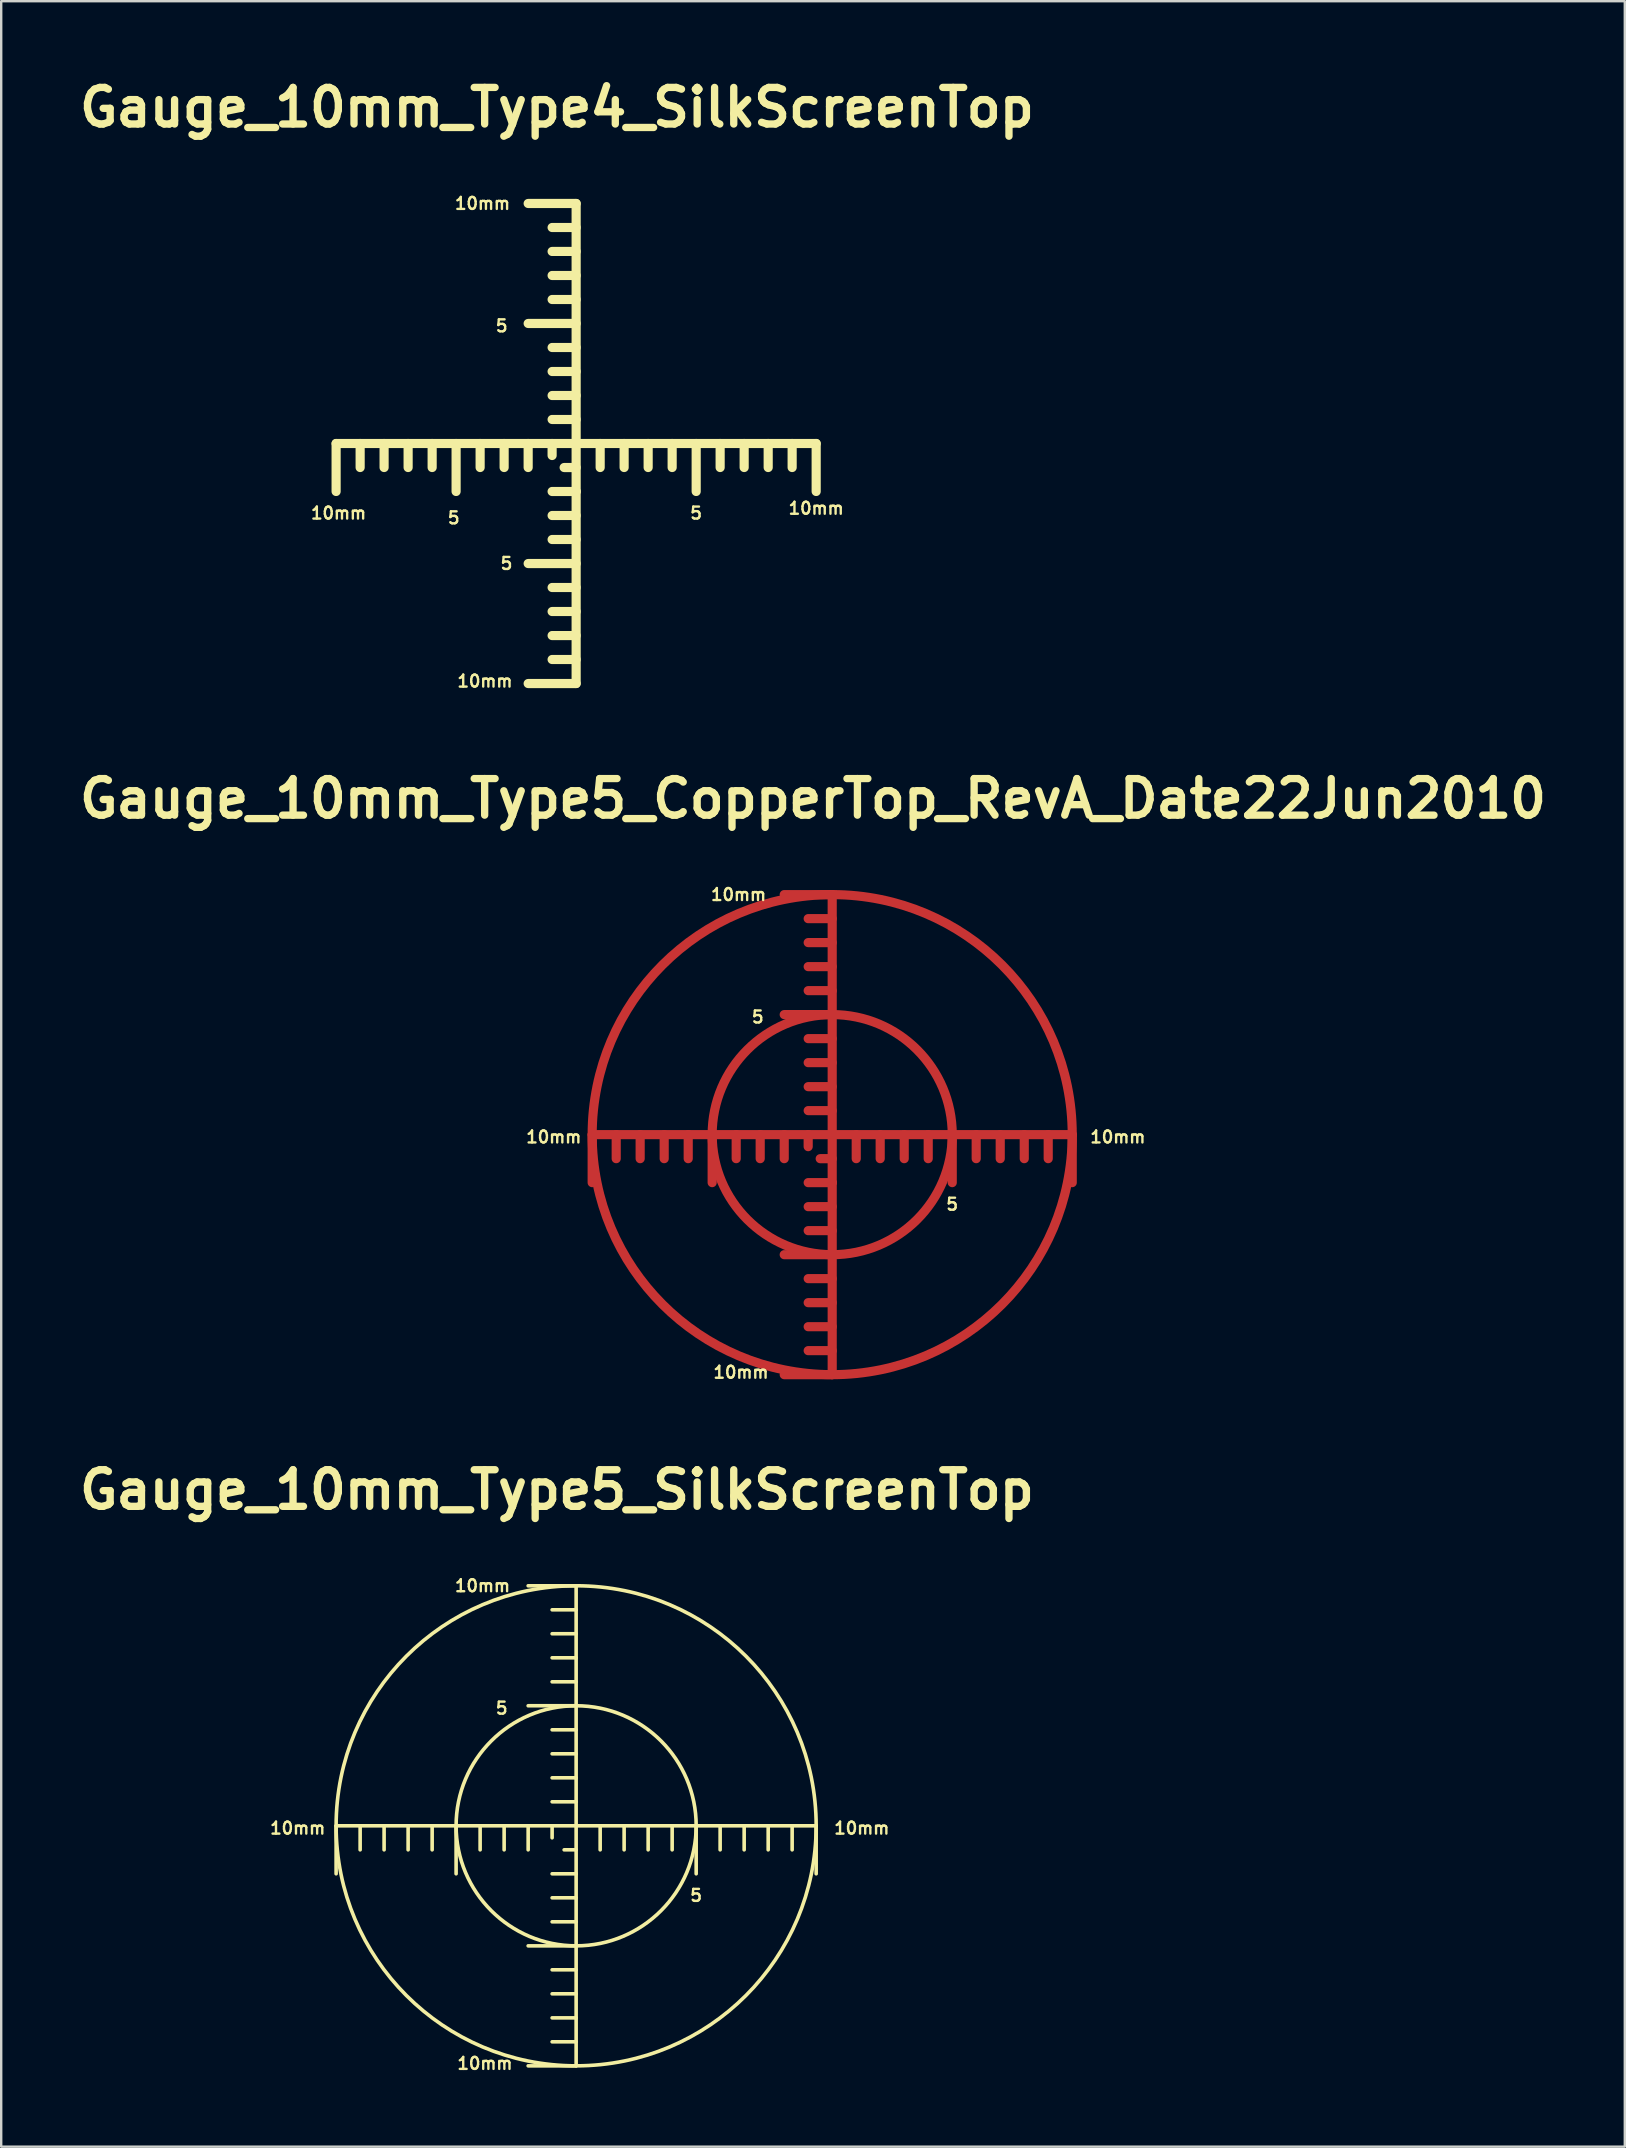
<source format=kicad_pcb>
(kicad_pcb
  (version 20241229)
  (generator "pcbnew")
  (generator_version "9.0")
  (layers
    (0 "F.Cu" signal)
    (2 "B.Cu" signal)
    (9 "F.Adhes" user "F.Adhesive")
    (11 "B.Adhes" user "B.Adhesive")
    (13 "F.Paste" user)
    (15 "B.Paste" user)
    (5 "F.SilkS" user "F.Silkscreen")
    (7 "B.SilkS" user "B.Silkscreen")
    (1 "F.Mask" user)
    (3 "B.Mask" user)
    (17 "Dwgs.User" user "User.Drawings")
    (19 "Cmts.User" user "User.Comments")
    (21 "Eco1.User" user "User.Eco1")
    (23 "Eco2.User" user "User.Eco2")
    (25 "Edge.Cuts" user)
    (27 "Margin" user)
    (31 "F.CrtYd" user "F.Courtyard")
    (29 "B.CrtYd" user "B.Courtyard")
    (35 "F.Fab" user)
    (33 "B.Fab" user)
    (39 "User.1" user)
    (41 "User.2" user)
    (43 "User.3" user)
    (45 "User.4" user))
  (footprint "Gauge_10mm_Type5_SilkScreenTop"
    (layer "F.Cu")
    (at 20.953 73.016)
    (property "Reference" "Gauge_10mm_Type5_SilkScreenTop" (at -0.8 -14 0) (layer "F.SilkS") (effects (font (size 1.524 1.524) (thickness 0.305))))
    (attr through_hole)
    (fp_line (start -10 0) (end -10 1.999) (stroke (width 0.15) (type solid)) (layer "F.SilkS"))
    (fp_line (start -8.999 0) (end -8.999 1.001) (stroke (width 0.15) (type solid)) (layer "F.SilkS"))
    (fp_line (start -8.001 0) (end -8.001 1.001) (stroke (width 0.15) (type solid)) (layer "F.SilkS"))
    (fp_line (start -7 0) (end -7 1.001) (stroke (width 0.15) (type solid)) (layer "F.SilkS"))
    (fp_line (start -5.999 0) (end -5.999 1.001) (stroke (width 0.15) (type solid)) (layer "F.SilkS"))
    (fp_line (start -5.001 0) (end -5.001 1.999) (stroke (width 0.15) (type solid)) (layer "F.SilkS"))
    (fp_line (start -4 0) (end -4 1.001) (stroke (width 0.15) (type solid)) (layer "F.SilkS"))
    (fp_line (start -3 0) (end -3 1.001) (stroke (width 0.15) (type solid)) (layer "F.SilkS"))
    (fp_line (start -1.999 0) (end -1.999 1.001) (stroke (width 0.15) (type solid)) (layer "F.SilkS"))
    (fp_line (start -1.001 0) (end -1.001 0.5) (stroke (width 0.15) (type solid)) (layer "F.SilkS"))
    (fp_line (start 0 -10) (end -1.999 -10) (stroke (width 0.15) (type solid)) (layer "F.SilkS"))
    (fp_line (start 0 -8.999) (end -1.001 -8.999) (stroke (width 0.15) (type solid)) (layer "F.SilkS"))
    (fp_line (start 0 -8.001) (end -1.001 -8.001) (stroke (width 0.15) (type solid)) (layer "F.SilkS"))
    (fp_line (start 0 -7) (end -1.001 -7) (stroke (width 0.15) (type solid)) (layer "F.SilkS"))
    (fp_line (start 0 -5.999) (end -1.001 -5.999) (stroke (width 0.15) (type solid)) (layer "F.SilkS"))
    (fp_line (start 0 -5.001) (end -1.999 -5.001) (stroke (width 0.15) (type solid)) (layer "F.SilkS"))
    (fp_line (start 0 -4) (end -1.001 -4) (stroke (width 0.15) (type solid)) (layer "F.SilkS"))
    (fp_line (start 0 -3) (end -1.001 -3) (stroke (width 0.15) (type solid)) (layer "F.SilkS"))
    (fp_line (start 0 -1.999) (end -1.001 -1.999) (stroke (width 0.15) (type solid)) (layer "F.SilkS"))
    (fp_line (start 0 -1.001) (end -1.001 -1.001) (stroke (width 0.15) (type solid)) (layer "F.SilkS"))
    (fp_line (start 0 0) (end -10 0) (stroke (width 0.15) (type solid)) (layer "F.SilkS"))
    (fp_line (start 0 0) (end 0 -10) (stroke (width 0.15) (type solid)) (layer "F.SilkS"))
    (fp_line (start 0 0) (end 0 1.999) (stroke (width 0.15) (type solid)) (layer "F.SilkS"))
    (fp_line (start 0 0) (end 10 0) (stroke (width 0.15) (type solid)) (layer "F.SilkS"))
    (fp_line (start 0 1.001) (end -0.5 1.001) (stroke (width 0.15) (type solid)) (layer "F.SilkS"))
    (fp_line (start 0 1.999) (end -1.001 1.999) (stroke (width 0.15) (type solid)) (layer "F.SilkS"))
    (fp_line (start 0 1.999) (end 0 10) (stroke (width 0.15) (type solid)) (layer "F.SilkS"))
    (fp_line (start 0 3) (end -1.001 3) (stroke (width 0.15) (type solid)) (layer "F.SilkS"))
    (fp_line (start 0 4) (end -1.001 4) (stroke (width 0.15) (type solid)) (layer "F.SilkS"))
    (fp_line (start 0 5.001) (end -1.999 5.001) (stroke (width 0.15) (type solid)) (layer "F.SilkS"))
    (fp_line (start 0 5.999) (end -1.001 5.999) (stroke (width 0.15) (type solid)) (layer "F.SilkS"))
    (fp_line (start 0 7) (end -1.001 7) (stroke (width 0.15) (type solid)) (layer "F.SilkS"))
    (fp_line (start 0 8.001) (end -1.001 8.001) (stroke (width 0.15) (type solid)) (layer "F.SilkS"))
    (fp_line (start 0 8.999) (end -1.001 8.999) (stroke (width 0.15) (type solid)) (layer "F.SilkS"))
    (fp_line (start 0 10) (end -1.999 10) (stroke (width 0.15) (type solid)) (layer "F.SilkS"))
    (fp_line (start 1.001 0) (end 1.001 1.001) (stroke (width 0.15) (type solid)) (layer "F.SilkS"))
    (fp_line (start 1.999 0) (end 1.999 1.001) (stroke (width 0.15) (type solid)) (layer "F.SilkS"))
    (fp_line (start 3 0) (end 3 1.001) (stroke (width 0.15) (type solid)) (layer "F.SilkS"))
    (fp_line (start 4 0) (end 4 1.001) (stroke (width 0.15) (type solid)) (layer "F.SilkS"))
    (fp_line (start 5.001 0) (end 5.001 1.999) (stroke (width 0.15) (type solid)) (layer "F.SilkS"))
    (fp_line (start 5.999 0) (end 5.999 1.001) (stroke (width 0.15) (type solid)) (layer "F.SilkS"))
    (fp_line (start 7 0) (end 7 1.001) (stroke (width 0.15) (type solid)) (layer "F.SilkS"))
    (fp_line (start 8.001 0) (end 8.001 1.001) (stroke (width 0.15) (type solid)) (layer "F.SilkS"))
    (fp_line (start 8.999 0) (end 8.999 1.001) (stroke (width 0.15) (type solid)) (layer "F.SilkS"))
    (fp_line (start 10 0) (end 10 1.999) (stroke (width 0.15) (type solid)) (layer "F.SilkS"))
    (fp_circle (center 0 0) (end 5.001 0) (stroke (width 0.15) (type solid)) (fill no) (layer "F.SilkS"))
    (fp_circle (center 0 0) (end 10 0) (stroke (width 0.15) (type solid)) (fill no) (layer "F.SilkS"))
    (fp_text user "10mm" (at -3.8 9.901 0) (layer "F.SilkS") (effects (font (size 0.5 0.5) (thickness 0.099))))
    (fp_text user "10mm" (at 11.9 0.099 0) (layer "F.SilkS") (effects (font (size 0.5 0.5) (thickness 0.099))))
    (fp_text user "5" (at -3.101 -4.9 0) (layer "F.SilkS") (effects (font (size 0.5 0.5) (thickness 0.099))))
    (fp_text user "10mm" (at -3.901 -10 0) (layer "F.SilkS") (effects (font (size 0.5 0.5) (thickness 0.099))))
    (fp_text user "10mm" (at -11.6 0.099 0) (layer "F.SilkS") (effects (font (size 0.5 0.5) (thickness 0.099))))
    (fp_text user "5" (at 4.999 2.901 0) (layer "F.SilkS") (effects (font (size 0.5 0.5) (thickness 0.099)))))
  (footprint "Gauge_10mm_Type4_SilkScreenTop"
    (layer "F.Cu")
    (at 20.953 15.427)
    (property "Reference" "Gauge_10mm_Type4_SilkScreenTop" (at -0.8 -14 0) (layer "F.SilkS") (effects (font (size 1.524 1.524) (thickness 0.305))))
    (attr through_hole)
    (fp_line (start -10 0) (end -10 1.999) (stroke (width 0.381) (type solid)) (layer "F.SilkS"))
    (fp_line (start -8.999 0) (end -8.999 1.001) (stroke (width 0.381) (type solid)) (layer "F.SilkS"))
    (fp_line (start -8.001 0) (end -8.001 1.001) (stroke (width 0.381) (type solid)) (layer "F.SilkS"))
    (fp_line (start -7 0) (end -7 1.001) (stroke (width 0.381) (type solid)) (layer "F.SilkS"))
    (fp_line (start -5.999 0) (end -5.999 1.001) (stroke (width 0.381) (type solid)) (layer "F.SilkS"))
    (fp_line (start -5.001 0) (end -5.001 1.999) (stroke (width 0.381) (type solid)) (layer "F.SilkS"))
    (fp_line (start -4 0) (end -4 1.001) (stroke (width 0.381) (type solid)) (layer "F.SilkS"))
    (fp_line (start -3 0) (end -3 1.001) (stroke (width 0.381) (type solid)) (layer "F.SilkS"))
    (fp_line (start -1.999 0) (end -1.999 1.001) (stroke (width 0.381) (type solid)) (layer "F.SilkS"))
    (fp_line (start -1.001 0) (end -1.001 0.5) (stroke (width 0.381) (type solid)) (layer "F.SilkS"))
    (fp_line (start 0 -10) (end -1.999 -10) (stroke (width 0.381) (type solid)) (layer "F.SilkS"))
    (fp_line (start 0 -8.999) (end -1.001 -8.999) (stroke (width 0.381) (type solid)) (layer "F.SilkS"))
    (fp_line (start 0 -8.001) (end -1.001 -8.001) (stroke (width 0.381) (type solid)) (layer "F.SilkS"))
    (fp_line (start 0 -7) (end -1.001 -7) (stroke (width 0.381) (type solid)) (layer "F.SilkS"))
    (fp_line (start 0 -5.999) (end -1.001 -5.999) (stroke (width 0.381) (type solid)) (layer "F.SilkS"))
    (fp_line (start 0 -5.001) (end -1.999 -5.001) (stroke (width 0.381) (type solid)) (layer "F.SilkS"))
    (fp_line (start 0 -4) (end -1.001 -4) (stroke (width 0.381) (type solid)) (layer "F.SilkS"))
    (fp_line (start 0 -3) (end -1.001 -3) (stroke (width 0.381) (type solid)) (layer "F.SilkS"))
    (fp_line (start 0 -1.999) (end -1.001 -1.999) (stroke (width 0.381) (type solid)) (layer "F.SilkS"))
    (fp_line (start 0 -1.001) (end -1.001 -1.001) (stroke (width 0.381) (type solid)) (layer "F.SilkS"))
    (fp_line (start 0 0) (end -10 0) (stroke (width 0.381) (type solid)) (layer "F.SilkS"))
    (fp_line (start 0 0) (end 0 -10) (stroke (width 0.381) (type solid)) (layer "F.SilkS"))
    (fp_line (start 0 0) (end 0 1.999) (stroke (width 0.381) (type solid)) (layer "F.SilkS"))
    (fp_line (start 0 0) (end 10 0) (stroke (width 0.381) (type solid)) (layer "F.SilkS"))
    (fp_line (start 0 1.001) (end -0.5 1.001) (stroke (width 0.381) (type solid)) (layer "F.SilkS"))
    (fp_line (start 0 1.999) (end -1.001 1.999) (stroke (width 0.381) (type solid)) (layer "F.SilkS"))
    (fp_line (start 0 1.999) (end 0 10) (stroke (width 0.381) (type solid)) (layer "F.SilkS"))
    (fp_line (start 0 3) (end -1.001 3) (stroke (width 0.381) (type solid)) (layer "F.SilkS"))
    (fp_line (start 0 4) (end -1.001 4) (stroke (width 0.381) (type solid)) (layer "F.SilkS"))
    (fp_line (start 0 5.001) (end -1.999 5.001) (stroke (width 0.381) (type solid)) (layer "F.SilkS"))
    (fp_line (start 0 5.999) (end -1.001 5.999) (stroke (width 0.381) (type solid)) (layer "F.SilkS"))
    (fp_line (start 0 7) (end -1.001 7) (stroke (width 0.381) (type solid)) (layer "F.SilkS"))
    (fp_line (start 0 8.001) (end -1.001 8.001) (stroke (width 0.381) (type solid)) (layer "F.SilkS"))
    (fp_line (start 0 8.999) (end -1.001 8.999) (stroke (width 0.381) (type solid)) (layer "F.SilkS"))
    (fp_line (start 0 10) (end -1.999 10) (stroke (width 0.381) (type solid)) (layer "F.SilkS"))
    (fp_line (start 1.001 0) (end 1.001 1.001) (stroke (width 0.381) (type solid)) (layer "F.SilkS"))
    (fp_line (start 1.999 0) (end 1.999 1.001) (stroke (width 0.381) (type solid)) (layer "F.SilkS"))
    (fp_line (start 3 0) (end 3 1.001) (stroke (width 0.381) (type solid)) (layer "F.SilkS"))
    (fp_line (start 4 0) (end 4 1.001) (stroke (width 0.381) (type solid)) (layer "F.SilkS"))
    (fp_line (start 5.001 0) (end 5.001 1.999) (stroke (width 0.381) (type solid)) (layer "F.SilkS"))
    (fp_line (start 5.999 0) (end 5.999 1.001) (stroke (width 0.381) (type solid)) (layer "F.SilkS"))
    (fp_line (start 7 0) (end 7 1.001) (stroke (width 0.381) (type solid)) (layer "F.SilkS"))
    (fp_line (start 8.001 0) (end 8.001 1.001) (stroke (width 0.381) (type solid)) (layer "F.SilkS"))
    (fp_line (start 8.999 0) (end 8.999 1.001) (stroke (width 0.381) (type solid)) (layer "F.SilkS"))
    (fp_line (start 10 0) (end 10 1.999) (stroke (width 0.381) (type solid)) (layer "F.SilkS"))
    (fp_text user "5" (at 4.999 2.901 0) (layer "F.SilkS") (effects (font (size 0.5 0.5) (thickness 0.099))))
    (fp_text user "10mm" (at -3.8 9.901 0) (layer "F.SilkS") (effects (font (size 0.5 0.5) (thickness 0.099))))
    (fp_text user "10mm" (at -3.901 -10 0) (layer "F.SilkS") (effects (font (size 0.5 0.5) (thickness 0.099))))
    (fp_text user "5" (at -5.1 3.099 0) (layer "F.SilkS") (effects (font (size 0.5 0.5) (thickness 0.099))))
    (fp_text user "10mm" (at 10 2.7 0) (layer "F.SilkS") (effects (font (size 0.5 0.5) (thickness 0.099))))
    (fp_text user "10mm" (at -9.898 2.901 0) (layer "F.SilkS") (effects (font (size 0.5 0.5) (thickness 0.099))))
    (fp_text user "5" (at -3.101 -4.9 0) (layer "F.SilkS") (effects (font (size 0.5 0.5) (thickness 0.099))))
    (fp_text user "5" (at -2.901 4.999 0) (layer "F.SilkS") (effects (font (size 0.5 0.5) (thickness 0.099)))))
  (footprint "Gauge_10mm_Type5_CopperTop_RevA_Date22Jun2010"
    (layer "F.Cu")
    (at 31.621 44.221)
    (property "Reference" "Gauge_10mm_Type5_CopperTop_RevA_Date22Jun2010" (at -0.8 -14 0) (layer "F.SilkS") (effects (font (size 1.524 1.524) (thickness 0.305))))
    (attr through_hole)
    (fp_line (start -10 0) (end -10 1.999) (stroke (width 0.381) (type solid)) (layer "F.Cu"))
    (fp_line (start -8.999 0) (end -8.999 1.001) (stroke (width 0.381) (type solid)) (layer "F.Cu"))
    (fp_line (start -8.001 0) (end -8.001 1.001) (stroke (width 0.381) (type solid)) (layer "F.Cu"))
    (fp_line (start -7 0) (end -7 1.001) (stroke (width 0.381) (type solid)) (layer "F.Cu"))
    (fp_line (start -5.999 0) (end -5.999 1.001) (stroke (width 0.381) (type solid)) (layer "F.Cu"))
    (fp_line (start -5.001 0) (end -5.001 1.999) (stroke (width 0.381) (type solid)) (layer "F.Cu"))
    (fp_line (start -4 0) (end -4 1.001) (stroke (width 0.381) (type solid)) (layer "F.Cu"))
    (fp_line (start -3 0) (end -3 1.001) (stroke (width 0.381) (type solid)) (layer "F.Cu"))
    (fp_line (start -1.999 0) (end -1.999 1.001) (stroke (width 0.381) (type solid)) (layer "F.Cu"))
    (fp_line (start -1.001 0) (end -1.001 0.5) (stroke (width 0.381) (type solid)) (layer "F.Cu"))
    (fp_line (start 0 -10) (end -1.999 -10) (stroke (width 0.381) (type solid)) (layer "F.Cu"))
    (fp_line (start 0 -8.999) (end -1.001 -8.999) (stroke (width 0.381) (type solid)) (layer "F.Cu"))
    (fp_line (start 0 -8.001) (end -1.001 -8.001) (stroke (width 0.381) (type solid)) (layer "F.Cu"))
    (fp_line (start 0 -7) (end -1.001 -7) (stroke (width 0.381) (type solid)) (layer "F.Cu"))
    (fp_line (start 0 -5.999) (end -1.001 -5.999) (stroke (width 0.381) (type solid)) (layer "F.Cu"))
    (fp_line (start 0 -5.001) (end -1.999 -5.001) (stroke (width 0.381) (type solid)) (layer "F.Cu"))
    (fp_line (start 0 -4) (end -1.001 -4) (stroke (width 0.381) (type solid)) (layer "F.Cu"))
    (fp_line (start 0 -3) (end -1.001 -3) (stroke (width 0.381) (type solid)) (layer "F.Cu"))
    (fp_line (start 0 -1.999) (end -1.001 -1.999) (stroke (width 0.381) (type solid)) (layer "F.Cu"))
    (fp_line (start 0 -1.001) (end -1.001 -1.001) (stroke (width 0.381) (type solid)) (layer "F.Cu"))
    (fp_line (start 0 0) (end -10 0) (stroke (width 0.381) (type solid)) (layer "F.Cu"))
    (fp_line (start 0 0) (end 0 -10) (stroke (width 0.381) (type solid)) (layer "F.Cu"))
    (fp_line (start 0 0) (end 0 1.999) (stroke (width 0.381) (type solid)) (layer "F.Cu"))
    (fp_line (start 0 0) (end 10 0) (stroke (width 0.381) (type solid)) (layer "F.Cu"))
    (fp_line (start 0 1.001) (end -0.5 1.001) (stroke (width 0.381) (type solid)) (layer "F.Cu"))
    (fp_line (start 0 1.999) (end -1.001 1.999) (stroke (width 0.381) (type solid)) (layer "F.Cu"))
    (fp_line (start 0 1.999) (end 0 10) (stroke (width 0.381) (type solid)) (layer "F.Cu"))
    (fp_line (start 0 3) (end -1.001 3) (stroke (width 0.381) (type solid)) (layer "F.Cu"))
    (fp_line (start 0 4) (end -1.001 4) (stroke (width 0.381) (type solid)) (layer "F.Cu"))
    (fp_line (start 0 5.001) (end -1.999 5.001) (stroke (width 0.381) (type solid)) (layer "F.Cu"))
    (fp_line (start 0 5.999) (end -1.001 5.999) (stroke (width 0.381) (type solid)) (layer "F.Cu"))
    (fp_line (start 0 7) (end -1.001 7) (stroke (width 0.381) (type solid)) (layer "F.Cu"))
    (fp_line (start 0 8.001) (end -1.001 8.001) (stroke (width 0.381) (type solid)) (layer "F.Cu"))
    (fp_line (start 0 8.999) (end -1.001 8.999) (stroke (width 0.381) (type solid)) (layer "F.Cu"))
    (fp_line (start 0 10) (end -1.999 10) (stroke (width 0.381) (type solid)) (layer "F.Cu"))
    (fp_line (start 1.001 0) (end 1.001 1.001) (stroke (width 0.381) (type solid)) (layer "F.Cu"))
    (fp_line (start 1.999 0) (end 1.999 1.001) (stroke (width 0.381) (type solid)) (layer "F.Cu"))
    (fp_line (start 3 0) (end 3 1.001) (stroke (width 0.381) (type solid)) (layer "F.Cu"))
    (fp_line (start 4 0) (end 4 1.001) (stroke (width 0.381) (type solid)) (layer "F.Cu"))
    (fp_line (start 5.001 0) (end 5.001 1.999) (stroke (width 0.381) (type solid)) (layer "F.Cu"))
    (fp_line (start 5.999 0) (end 5.999 1.001) (stroke (width 0.381) (type solid)) (layer "F.Cu"))
    (fp_line (start 7 0) (end 7 1.001) (stroke (width 0.381) (type solid)) (layer "F.Cu"))
    (fp_line (start 8.001 0) (end 8.001 1.001) (stroke (width 0.381) (type solid)) (layer "F.Cu"))
    (fp_line (start 8.999 0) (end 8.999 1.001) (stroke (width 0.381) (type solid)) (layer "F.Cu"))
    (fp_line (start 10 0) (end 10 1.999) (stroke (width 0.381) (type solid)) (layer "F.Cu"))
    (fp_circle (center 0 0) (end 5.001 0) (stroke (width 0.381) (type solid)) (fill no) (layer "F.Cu"))
    (fp_circle (center 0 0) (end 10 0) (stroke (width 0.381) (type solid)) (fill no) (layer "F.Cu"))
    (fp_text user "10mm" (at -3.901 -10 0) (layer "F.SilkS") (effects (font (size 0.5 0.5) (thickness 0.099))))
    (fp_text user "10mm" (at -3.8 9.901 0) (layer "F.SilkS") (effects (font (size 0.5 0.5) (thickness 0.099))))
    (fp_text user "10mm" (at -11.6 0.099 0) (layer "F.SilkS") (effects (font (size 0.5 0.5) (thickness 0.099))))
    (fp_text user "5" (at -3.101 -4.9 0) (layer "F.SilkS") (effects (font (size 0.5 0.5) (thickness 0.099))))
    (fp_text user "5" (at 4.999 2.901 0) (layer "F.SilkS") (effects (font (size 0.5 0.5) (thickness 0.099))))
    (fp_text user "10mm" (at 11.9 0.099 0) (layer "F.SilkS") (effects (font (size 0.5 0.5) (thickness 0.099)))))
  (gr_rect
    (start -3 -3)
    (end 64.642 86.383)
    (stroke (width 0.1) (type default))
    (fill no)
    (layer "Edge.Cuts")))
</source>
